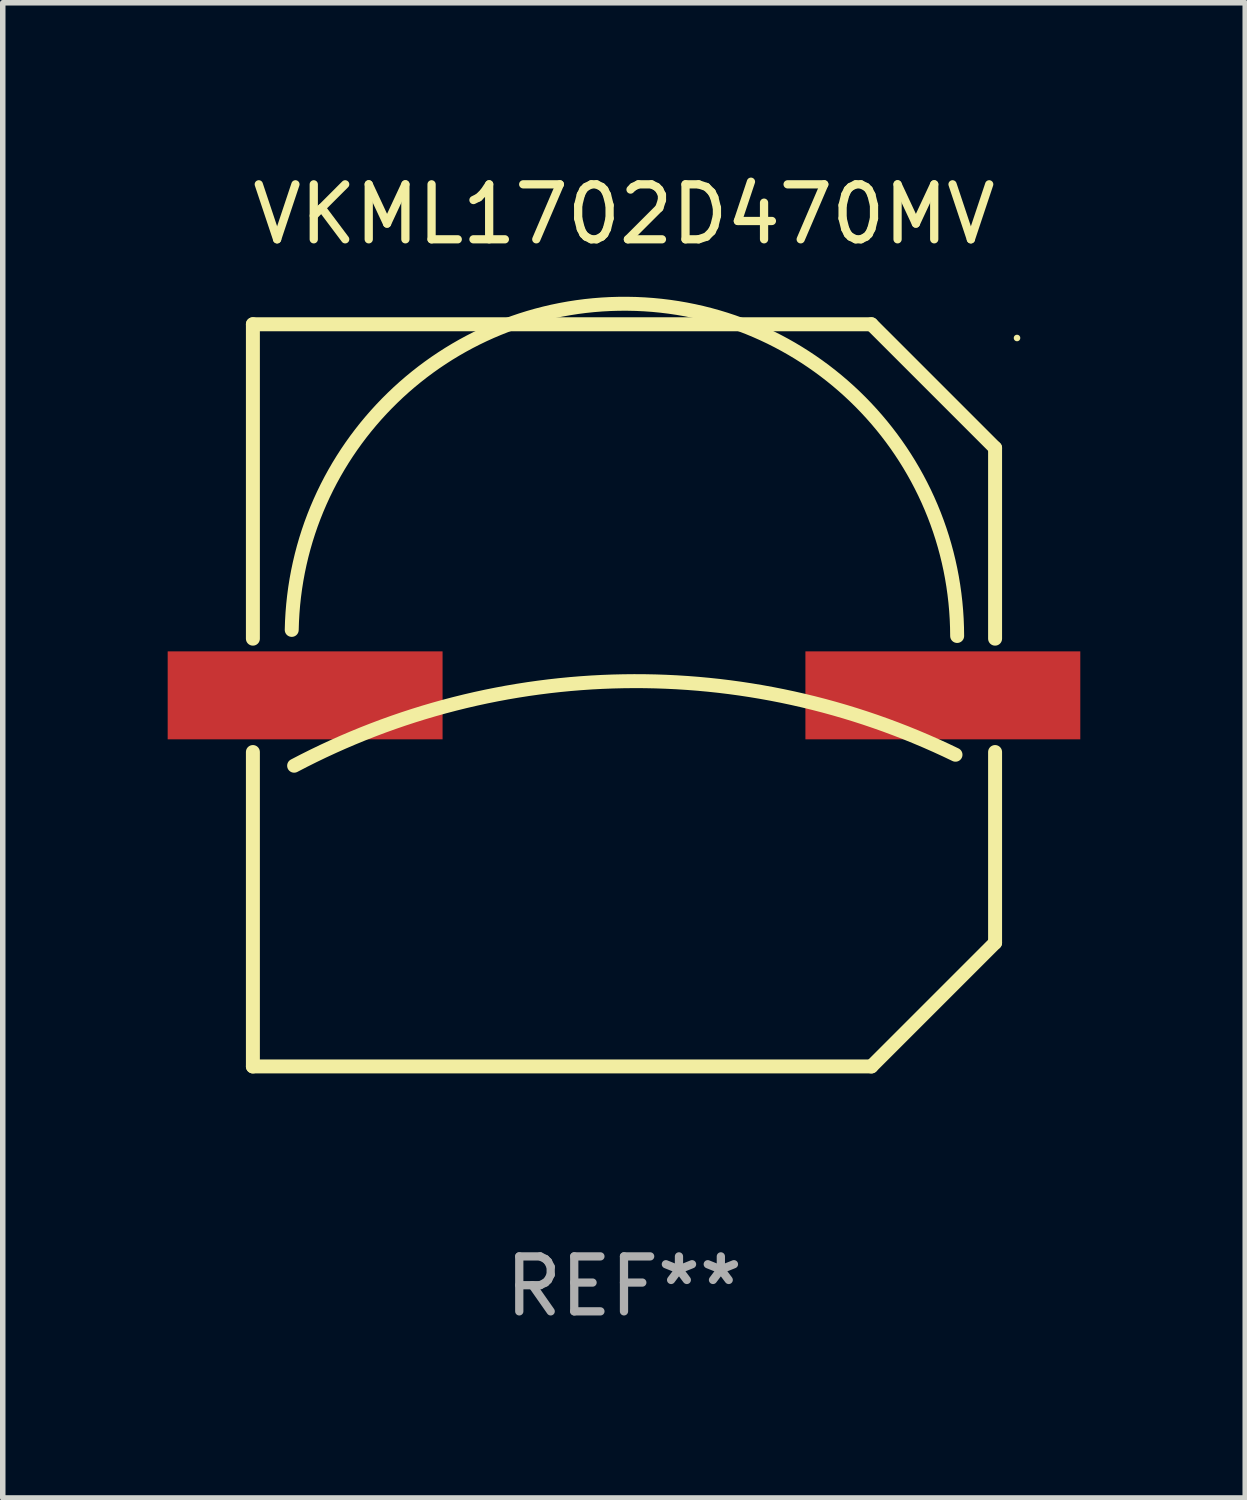
<source format=kicad_pcb>
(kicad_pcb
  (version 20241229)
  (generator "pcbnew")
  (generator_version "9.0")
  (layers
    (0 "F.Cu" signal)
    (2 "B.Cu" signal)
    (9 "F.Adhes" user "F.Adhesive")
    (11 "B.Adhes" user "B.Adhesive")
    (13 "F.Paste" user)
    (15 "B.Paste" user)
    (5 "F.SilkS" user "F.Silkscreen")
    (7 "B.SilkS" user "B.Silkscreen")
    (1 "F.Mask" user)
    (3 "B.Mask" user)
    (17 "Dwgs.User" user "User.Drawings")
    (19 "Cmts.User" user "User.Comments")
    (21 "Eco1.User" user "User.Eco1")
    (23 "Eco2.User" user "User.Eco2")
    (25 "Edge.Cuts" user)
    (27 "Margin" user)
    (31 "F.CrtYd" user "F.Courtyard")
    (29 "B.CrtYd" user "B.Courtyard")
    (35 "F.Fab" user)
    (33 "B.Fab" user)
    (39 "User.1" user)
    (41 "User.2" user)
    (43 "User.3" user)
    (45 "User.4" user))
  (footprint "VKML1702D470MV"
    (layer "F.Cu")
    (at 8.3 9.598)
    (property "Reference" "VKML1702D470MV" (at 0 -8.75 0) (layer "F.SilkS") (effects (font (size 1 1) (thickness 0.15))))
    (attr through_hole)
    (fp_line (start -6.75 -6.75) (end 4.5 -6.75) (stroke (width 0.254) (type solid)) (layer "F.SilkS"))
    (fp_line (start -6.75 -1.031) (end -6.75 -6.75) (stroke (width 0.254) (type solid)) (layer "F.SilkS"))
    (fp_line (start -6.75 6.75) (end -6.75 1.031) (stroke (width 0.254) (type solid)) (layer "F.SilkS"))
    (fp_line (start -6.75 6.75) (end 4.5 6.75) (stroke (width 0.254) (type solid)) (layer "F.SilkS"))
    (fp_line (start 4.5 6.75) (end 6.75 4.5) (stroke (width 0.254) (type solid)) (layer "F.SilkS"))
    (fp_line (start 6.75 -4.5) (end 4.5 -6.75) (stroke (width 0.254) (type solid)) (layer "F.SilkS"))
    (fp_line (start 6.75 -1.031) (end 6.75 -4.5) (stroke (width 0.254) (type solid)) (layer "F.SilkS"))
    (fp_line (start 6.75 4.5) (end 6.75 1.031) (stroke (width 0.254) (type solid)) (layer "F.SilkS"))
    (fp_arc (start -6.043638 -1.190577) (mid 0.06288 -7.123351) (end 6.059995 -1.08001) (stroke (width 0.254001) (type solid)) (layer "F.SilkS"))
    (fp_arc (start -6 1.28001) (mid -0.008883 -0.256469) (end 6.029998 1.08001) (stroke (width 0.254001) (type solid)) (layer "F.SilkS"))
    (fp_circle (center 7.149 -6.5) (end 7.179 -6.5) (stroke (width 0.06) (type solid)) (fill no) (layer "F.SilkS"))
    (fp_text user "REF**" (at 0 10.75 0) (layer "F.Fab") (effects (font (size 1 1) (thickness 0.15))))
    (pad "1" smd rect (at 5.8 0) (size 5 1.6) (layers "F.Cu" "F.Mask" "F.Paste"))
    (pad "2" smd rect (at -5.8 0) (size 5 1.6) (layers "F.Cu" "F.Mask" "F.Paste")))
  (gr_rect
    (start -3 -3)
    (end 19.6 24.197)
    (stroke (width 0.1) (type default))
    (fill no)
    (layer "Edge.Cuts")))
</source>
